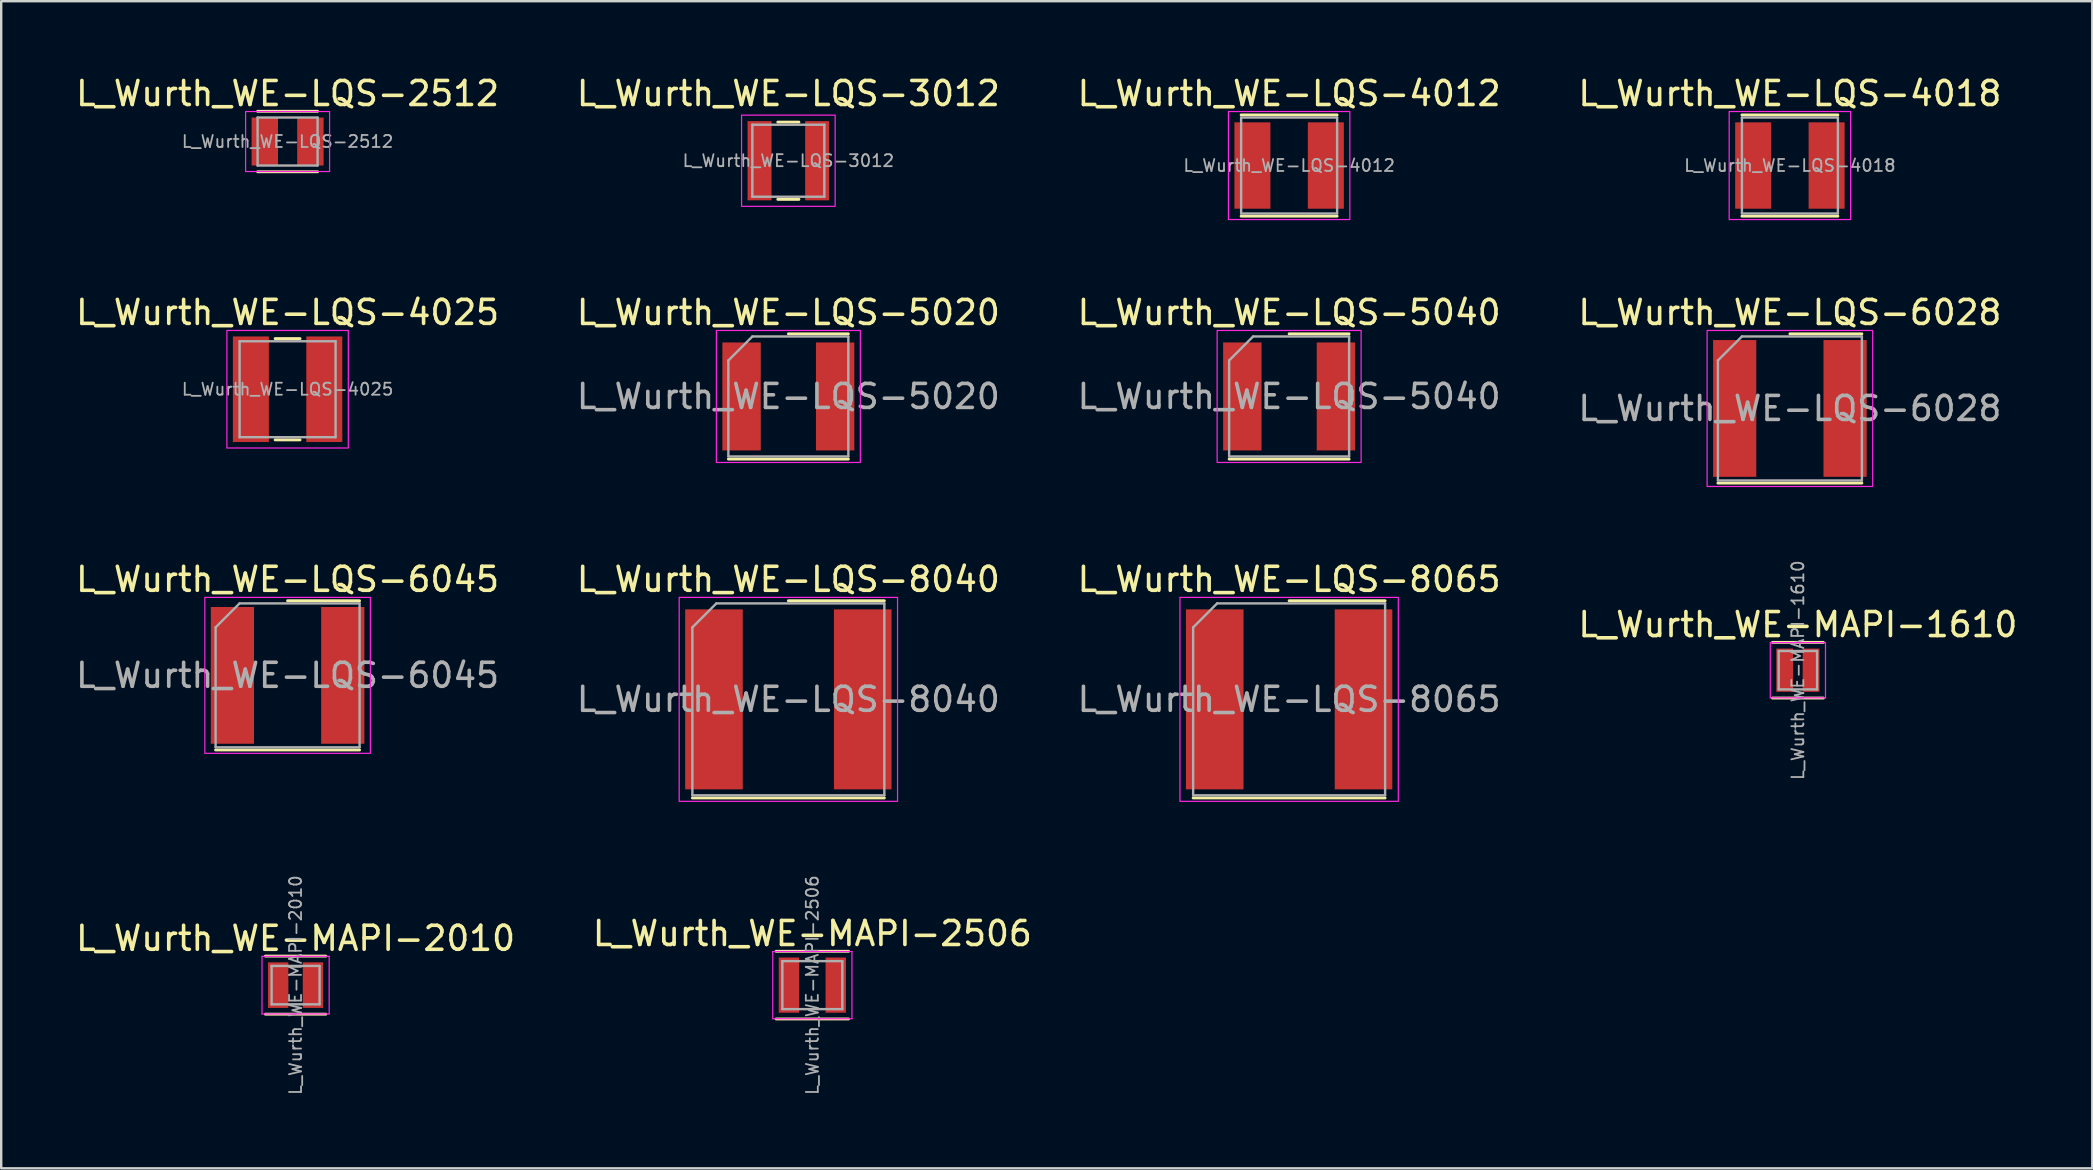
<source format=kicad_pcb>
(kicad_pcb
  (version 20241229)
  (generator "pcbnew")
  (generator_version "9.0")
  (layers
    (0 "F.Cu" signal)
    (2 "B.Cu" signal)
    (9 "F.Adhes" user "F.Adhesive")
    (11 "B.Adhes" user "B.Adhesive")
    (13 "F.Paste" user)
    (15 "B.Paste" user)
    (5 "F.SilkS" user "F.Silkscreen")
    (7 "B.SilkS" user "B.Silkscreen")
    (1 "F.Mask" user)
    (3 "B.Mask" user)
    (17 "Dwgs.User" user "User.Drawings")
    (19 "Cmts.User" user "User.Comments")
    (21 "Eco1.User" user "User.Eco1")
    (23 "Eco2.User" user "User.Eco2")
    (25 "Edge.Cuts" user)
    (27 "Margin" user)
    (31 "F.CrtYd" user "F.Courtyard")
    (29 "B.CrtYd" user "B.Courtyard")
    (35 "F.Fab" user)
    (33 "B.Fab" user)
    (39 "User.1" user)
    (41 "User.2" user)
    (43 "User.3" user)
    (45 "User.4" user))
  (footprint "L_Wurth_WE-LQS-8040"
    (layer "F.Cu")
    (at 29.804 26.095)
    (property "Reference" "L_Wurth_WE-LQS-8040" (at 0 -5 0) (unlocked yes) (layer "F.SilkS") (effects (font (size 1 1) (thickness 0.15))))
    (attr smd)
    (fp_line (start -4 4.11) (end 4 4.11) (stroke (width 0.12) (type solid)) (layer "F.SilkS"))
    (fp_line (start 0 -4.11) (end 4 -4.11) (stroke (width 0.12) (type solid)) (layer "F.SilkS"))
    (fp_rect (start -4.55 -4.25) (end 4.55 4.25) (stroke (width 0.05) (type solid)) (fill no) (layer "F.CrtYd"))
    (fp_line (start -4 -3) (end -4 4) (stroke (width 0.1) (type solid)) (layer "F.Fab"))
    (fp_line (start -3 -4) (end -4 -3) (stroke (width 0.1) (type solid)) (layer "F.Fab"))
    (fp_line (start -3 -4) (end 4 -4) (stroke (width 0.1) (type solid)) (layer "F.Fab"))
    (fp_line (start 4 -4) (end 4 4) (stroke (width 0.1) (type solid)) (layer "F.Fab"))
    (fp_line (start 4 4) (end -4 4) (stroke (width 0.1) (type solid)) (layer "F.Fab"))
    (fp_text user "${REFERENCE}" (at 0 0 0) (unlocked yes) (layer "F.Fab") (effects (font (size 1 1) (thickness 0.15))))
    (pad "1" smd rect (at -3.1 0) (size 2.4 7.5) (layers "F.Cu" "F.Mask" "F.Paste"))
    (pad "2" smd rect (at 3.1 0) (size 2.4 7.5) (layers "F.Cu" "F.Mask" "F.Paste")))
  (footprint "L_Wurth_WE-MAPI-2010"
    (layer "F.Cu")
    (at 9.268 38.004)
    (property "Reference" "L_Wurth_WE-MAPI-2010" (at 0 -1.95 0) (layer "F.SilkS") (effects (font (size 1 1) (thickness 0.15))))
    (attr smd)
    (fp_line (start -1.26 -1.21) (end 1.26 -1.21) (stroke (width 0.12) (type solid)) (layer "F.SilkS"))
    (fp_line (start -1.26 1.21) (end 1.26 1.21) (stroke (width 0.12) (type solid)) (layer "F.SilkS"))
    (fp_line (start -1.4 -1.2) (end -1.4 1.2) (stroke (width 0.05) (type solid)) (layer "F.CrtYd"))
    (fp_line (start -1.4 1.2) (end 1.4 1.2) (stroke (width 0.05) (type solid)) (layer "F.CrtYd"))
    (fp_line (start 1.4 -1.2) (end -1.4 -1.2) (stroke (width 0.05) (type solid)) (layer "F.CrtYd"))
    (fp_line (start 1.4 1.2) (end 1.4 -1.2) (stroke (width 0.05) (type solid)) (layer "F.CrtYd"))
    (fp_line (start -1 -0.8) (end -1 0.8) (stroke (width 0.1) (type solid)) (layer "F.Fab"))
    (fp_line (start -1 0.8) (end 1 0.8) (stroke (width 0.1) (type solid)) (layer "F.Fab"))
    (fp_line (start 1 -0.8) (end -1 -0.8) (stroke (width 0.1) (type solid)) (layer "F.Fab"))
    (fp_line (start 1 0.8) (end 1 -0.8) (stroke (width 0.1) (type solid)) (layer "F.Fab"))
    (fp_text user "${REFERENCE}" (at 0 0 90) (layer "F.Fab") (effects (font (size 0.5 0.5) (thickness 0.075))))
    (pad "1" smd rect (at -0.725 0) (size 0.85 1.9) (layers "F.Cu" "F.Mask" "F.Paste"))
    (pad "2" smd rect (at 0.725 0) (size 0.85 1.9) (layers "F.Cu" "F.Mask" "F.Paste")))
  (footprint "L_Wurth_WE-MAPI-2506"
    (layer "F.Cu")
    (at 30.804 38.004)
    (property "Reference" "L_Wurth_WE-MAPI-2506" (at 0 -2.15 0) (layer "F.SilkS") (effects (font (size 1 1) (thickness 0.15))))
    (attr smd)
    (fp_line (start -1.51 -1.41) (end 1.51 -1.41) (stroke (width 0.12) (type solid)) (layer "F.SilkS"))
    (fp_line (start -1.51 1.41) (end 1.51 1.41) (stroke (width 0.12) (type solid)) (layer "F.SilkS"))
    (fp_line (start -1.65 -1.4) (end -1.65 1.4) (stroke (width 0.05) (type solid)) (layer "F.CrtYd"))
    (fp_line (start -1.65 1.4) (end 1.65 1.4) (stroke (width 0.05) (type solid)) (layer "F.CrtYd"))
    (fp_line (start 1.65 -1.4) (end -1.65 -1.4) (stroke (width 0.05) (type solid)) (layer "F.CrtYd"))
    (fp_line (start 1.65 1.4) (end 1.65 -1.4) (stroke (width 0.05) (type solid)) (layer "F.CrtYd"))
    (fp_line (start -1.25 -1) (end -1.25 1) (stroke (width 0.1) (type solid)) (layer "F.Fab"))
    (fp_line (start -1.25 1) (end 1.25 1) (stroke (width 0.1) (type solid)) (layer "F.Fab"))
    (fp_line (start 1.25 -1) (end -1.25 -1) (stroke (width 0.1) (type solid)) (layer "F.Fab"))
    (fp_line (start 1.25 1) (end 1.25 -1) (stroke (width 0.1) (type solid)) (layer "F.Fab"))
    (fp_text user "${REFERENCE}" (at 0 0 90) (layer "F.Fab") (effects (font (size 0.5 0.5) (thickness 0.075))))
    (pad "1" smd rect (at -0.975 0) (size 0.85 2.3) (layers "F.Cu" "F.Mask" "F.Paste"))
    (pad "2" smd rect (at 0.975 0) (size 0.85 2.3) (layers "F.Cu" "F.Mask" "F.Paste")))
  (footprint "L_Wurth_WE-LQS-8065"
    (layer "F.Cu")
    (at 50.673 26.095)
    (property "Reference" "L_Wurth_WE-LQS-8065" (at 0 -5 0) (unlocked yes) (layer "F.SilkS") (effects (font (size 1 1) (thickness 0.15))))
    (attr smd)
    (fp_line (start -4 4.11) (end 4 4.11) (stroke (width 0.12) (type solid)) (layer "F.SilkS"))
    (fp_line (start 0 -4.11) (end 4 -4.11) (stroke (width 0.12) (type solid)) (layer "F.SilkS"))
    (fp_rect (start -4.55 -4.25) (end 4.55 4.25) (stroke (width 0.05) (type solid)) (fill no) (layer "F.CrtYd"))
    (fp_line (start -4 -3) (end -4 4) (stroke (width 0.1) (type solid)) (layer "F.Fab"))
    (fp_line (start -3 -4) (end -4 -3) (stroke (width 0.1) (type solid)) (layer "F.Fab"))
    (fp_line (start -3 -4) (end 4 -4) (stroke (width 0.1) (type solid)) (layer "F.Fab"))
    (fp_line (start 4 -4) (end 4 4) (stroke (width 0.1) (type solid)) (layer "F.Fab"))
    (fp_line (start 4 4) (end -4 4) (stroke (width 0.1) (type solid)) (layer "F.Fab"))
    (fp_text user "${REFERENCE}" (at 0 0 0) (unlocked yes) (layer "F.Fab") (effects (font (size 1 1) (thickness 0.15))))
    (pad "1" smd rect (at -3.1 0) (size 2.4 7.5) (layers "F.Cu" "F.Mask" "F.Paste"))
    (pad "2" smd rect (at 3.1 0) (size 2.4 7.5) (layers "F.Cu" "F.Mask" "F.Paste")))
  (footprint "L_Wurth_WE-LQS-4012"
    (layer "F.Cu")
    (at 50.673 3.848)
    (property "Reference" "L_Wurth_WE-LQS-4012" (at 0 -3 0) (unlocked yes) (layer "F.SilkS") (effects (font (size 1 1) (thickness 0.15))))
    (attr smd)
    (fp_line (start -2 -2.11) (end 2 -2.11) (stroke (width 0.12) (type solid)) (layer "F.SilkS"))
    (fp_line (start -2 2.11) (end 2 2.11) (stroke (width 0.12) (type solid)) (layer "F.SilkS"))
    (fp_rect (start -2.53 -2.25) (end 2.53 2.25) (stroke (width 0.05) (type solid)) (fill no) (layer "F.CrtYd"))
    (fp_line (start -2 -2) (end -2 2) (stroke (width 0.1) (type solid)) (layer "F.Fab"))
    (fp_line (start -2 -2) (end 2 -2) (stroke (width 0.1) (type solid)) (layer "F.Fab"))
    (fp_line (start -2 2) (end 2 2) (stroke (width 0.1) (type solid)) (layer "F.Fab"))
    (fp_line (start 2 -2) (end 2 2) (stroke (width 0.1) (type solid)) (layer "F.Fab"))
    (fp_text user "${REFERENCE}" (at 0 0 0) (unlocked yes) (layer "F.Fab") (effects (font (size 0.5 0.5) (thickness 0.075))))
    (pad "1" smd rect (at -1.53 0) (size 1.5 3.6) (layers "F.Cu" "F.Mask" "F.Paste"))
    (pad "2" smd rect (at 1.53 0) (size 1.5 3.6) (layers "F.Cu" "F.Mask" "F.Paste")))
  (footprint "L_Wurth_WE-LQS-3012"
    (layer "F.Cu")
    (at 29.804 3.648)
    (property "Reference" "L_Wurth_WE-LQS-3012" (at 0 -2.8 0) (unlocked yes) (layer "F.SilkS") (effects (font (size 1 1) (thickness 0.15))))
    (attr smd)
    (fp_line (start -0.44 -1.61) (end 0.44 -1.61) (stroke (width 0.12) (type solid)) (layer "F.SilkS"))
    (fp_line (start -0.44 1.61) (end 0.44 1.61) (stroke (width 0.12) (type solid)) (layer "F.SilkS"))
    (fp_rect (start -1.95 -1.9) (end 1.95 1.9) (stroke (width 0.05) (type solid)) (fill no) (layer "F.CrtYd"))
    (fp_line (start -1.5 -1.5) (end -1.5 1.5) (stroke (width 0.1) (type solid)) (layer "F.Fab"))
    (fp_line (start -1.5 -1.5) (end 1.5 -1.5) (stroke (width 0.1) (type solid)) (layer "F.Fab"))
    (fp_line (start -1.5 1.5) (end 1.5 1.5) (stroke (width 0.1) (type solid)) (layer "F.Fab"))
    (fp_line (start 1.5 -1.5) (end 1.5 1.5) (stroke (width 0.1) (type solid)) (layer "F.Fab"))
    (fp_text user "${REFERENCE}" (at 0 0 0) (unlocked yes) (layer "F.Fab") (effects (font (size 0.5 0.5) (thickness 0.075))))
    (pad "1" smd rect (at -1.2 0) (size 1 3.3) (layers "F.Cu" "F.Mask" "F.Paste"))
    (pad "2" smd rect (at 1.2 0) (size 1 3.3) (layers "F.Cu" "F.Mask" "F.Paste")))
  (footprint "L_Wurth_WE-LQS-6045"
    (layer "F.Cu")
    (at 8.935 25.095)
    (property "Reference" "L_Wurth_WE-LQS-6045" (at 0 -4 0) (unlocked yes) (layer "F.SilkS") (effects (font (size 1 1) (thickness 0.15))))
    (attr smd)
    (fp_line (start -3 3.11) (end 3 3.11) (stroke (width 0.12) (type solid)) (layer "F.SilkS"))
    (fp_line (start 0 -3.11) (end 3 -3.11) (stroke (width 0.12) (type solid)) (layer "F.SilkS"))
    (fp_rect (start -3.45 -3.25) (end 3.45 3.25) (stroke (width 0.05) (type solid)) (fill no) (layer "F.CrtYd"))
    (fp_line (start -3 -2) (end -3 3) (stroke (width 0.1) (type solid)) (layer "F.Fab"))
    (fp_line (start -2 -3) (end -3 -2) (stroke (width 0.1) (type solid)) (layer "F.Fab"))
    (fp_line (start -2 -3) (end 3 -3) (stroke (width 0.1) (type solid)) (layer "F.Fab"))
    (fp_line (start 3 -3) (end 3 3) (stroke (width 0.1) (type solid)) (layer "F.Fab"))
    (fp_line (start 3 3) (end -3 3) (stroke (width 0.1) (type solid)) (layer "F.Fab"))
    (fp_text user "${REFERENCE}" (at 0 0 0) (unlocked yes) (layer "F.Fab") (effects (font (size 1 1) (thickness 0.15))))
    (pad "1" smd rect (at -2.3 0) (size 1.8 5.7) (layers "F.Cu" "F.Mask" "F.Paste"))
    (pad "2" smd rect (at 2.3 0) (size 1.8 5.7) (layers "F.Cu" "F.Mask" "F.Paste")))
  (footprint "L_Wurth_WE-LQS-5020"
    (layer "F.Cu")
    (at 29.804 13.472)
    (property "Reference" "L_Wurth_WE-LQS-5020" (at 0 -3.5 0) (unlocked yes) (layer "F.SilkS") (effects (font (size 1 1) (thickness 0.15))))
    (attr smd)
    (fp_line (start -2.5 2.61) (end 2.5 2.61) (stroke (width 0.12) (type solid)) (layer "F.SilkS"))
    (fp_line (start 0 -2.61) (end 2.5 -2.61) (stroke (width 0.12) (type solid)) (layer "F.SilkS"))
    (fp_rect (start -3 -2.75) (end 3 2.75) (stroke (width 0.05) (type solid)) (fill no) (layer "F.CrtYd"))
    (fp_line (start -2.5 -1.5) (end -2.5 2.5) (stroke (width 0.1) (type solid)) (layer "F.Fab"))
    (fp_line (start -1.5 -2.5) (end -2.5 -1.5) (stroke (width 0.1) (type solid)) (layer "F.Fab"))
    (fp_line (start -1.5 -2.5) (end 2.5 -2.5) (stroke (width 0.1) (type solid)) (layer "F.Fab"))
    (fp_line (start 2.5 -2.5) (end 2.5 2.5) (stroke (width 0.1) (type solid)) (layer "F.Fab"))
    (fp_line (start 2.5 2.5) (end -2.5 2.5) (stroke (width 0.1) (type solid)) (layer "F.Fab"))
    (fp_text user "${REFERENCE}" (at 0 0 0) (unlocked yes) (layer "F.Fab") (effects (font (size 1 1) (thickness 0.15))))
    (pad "1" smd rect (at -1.95 0) (size 1.6 4.5) (layers "F.Cu" "F.Mask" "F.Paste"))
    (pad "2" smd rect (at 1.95 0) (size 1.6 4.5) (layers "F.Cu" "F.Mask" "F.Paste")))
  (footprint "L_Wurth_WE-LQS-4018"
    (layer "F.Cu")
    (at 71.542 3.848)
    (property "Reference" "L_Wurth_WE-LQS-4018" (at 0 -3 0) (unlocked yes) (layer "F.SilkS") (effects (font (size 1 1) (thickness 0.15))))
    (attr smd)
    (fp_line (start -2 -2.11) (end 2 -2.11) (stroke (width 0.12) (type solid)) (layer "F.SilkS"))
    (fp_line (start -2 2.11) (end 2 2.11) (stroke (width 0.12) (type solid)) (layer "F.SilkS"))
    (fp_rect (start -2.53 -2.25) (end 2.53 2.25) (stroke (width 0.05) (type solid)) (fill no) (layer "F.CrtYd"))
    (fp_line (start -2 -2) (end -2 2) (stroke (width 0.1) (type solid)) (layer "F.Fab"))
    (fp_line (start -2 -2) (end 2 -2) (stroke (width 0.1) (type solid)) (layer "F.Fab"))
    (fp_line (start -2 2) (end 2 2) (stroke (width 0.1) (type solid)) (layer "F.Fab"))
    (fp_line (start 2 -2) (end 2 2) (stroke (width 0.1) (type solid)) (layer "F.Fab"))
    (fp_text user "${REFERENCE}" (at 0 0 0) (unlocked yes) (layer "F.Fab") (effects (font (size 0.5 0.5) (thickness 0.075))))
    (pad "1" smd rect (at -1.53 0) (size 1.5 3.6) (layers "F.Cu" "F.Mask" "F.Paste"))
    (pad "2" smd rect (at 1.53 0) (size 1.5 3.6) (layers "F.Cu" "F.Mask" "F.Paste")))
  (footprint "L_Wurth_WE-LQS-4025"
    (layer "F.Cu")
    (at 8.935 13.171)
    (property "Reference" "L_Wurth_WE-LQS-4025" (at 0 -3.2 0) (unlocked yes) (layer "F.SilkS") (effects (font (size 1 1) (thickness 0.15))))
    (attr smd)
    (fp_line (start -0.52 -2.11) (end 0.52 -2.11) (stroke (width 0.12) (type solid)) (layer "F.SilkS"))
    (fp_line (start -0.52 2.11) (end 0.52 2.11) (stroke (width 0.12) (type solid)) (layer "F.SilkS"))
    (fp_rect (start -2.53 -2.45) (end 2.53 2.45) (stroke (width 0.05) (type solid)) (fill no) (layer "F.CrtYd"))
    (fp_line (start -2 -2) (end -2 2) (stroke (width 0.1) (type solid)) (layer "F.Fab"))
    (fp_line (start -2 -2) (end 2 -2) (stroke (width 0.1) (type solid)) (layer "F.Fab"))
    (fp_line (start -2 2) (end 2 2) (stroke (width 0.1) (type solid)) (layer "F.Fab"))
    (fp_line (start 2 -2) (end 2 2) (stroke (width 0.1) (type solid)) (layer "F.Fab"))
    (fp_text user "${REFERENCE}" (at 0 0 0) (unlocked yes) (layer "F.Fab") (effects (font (size 0.5 0.5) (thickness 0.075))))
    (pad "1" smd rect (at -1.53 0) (size 1.5 4.4) (layers "F.Cu" "F.Mask" "F.Paste"))
    (pad "2" smd rect (at 1.53 0) (size 1.5 4.4) (layers "F.Cu" "F.Mask" "F.Paste")))
  (footprint "L_Wurth_WE-LQS-5040"
    (layer "F.Cu")
    (at 50.673 13.472)
    (property "Reference" "L_Wurth_WE-LQS-5040" (at 0 -3.5 0) (unlocked yes) (layer "F.SilkS") (effects (font (size 1 1) (thickness 0.15))))
    (attr smd)
    (fp_line (start -2.5 2.61) (end 2.5 2.61) (stroke (width 0.12) (type solid)) (layer "F.SilkS"))
    (fp_line (start 0 -2.61) (end 2.5 -2.61) (stroke (width 0.12) (type solid)) (layer "F.SilkS"))
    (fp_rect (start -3 -2.75) (end 3 2.75) (stroke (width 0.05) (type solid)) (fill no) (layer "F.CrtYd"))
    (fp_line (start -2.5 -1.5) (end -2.5 2.5) (stroke (width 0.1) (type solid)) (layer "F.Fab"))
    (fp_line (start -2.5 -1.5) (end -1.5 -2.5) (stroke (width 0.1) (type solid)) (layer "F.Fab"))
    (fp_line (start -1.5 -2.5) (end 2.5 -2.5) (stroke (width 0.1) (type solid)) (layer "F.Fab"))
    (fp_line (start 2.5 -2.5) (end 2.5 2.5) (stroke (width 0.1) (type solid)) (layer "F.Fab"))
    (fp_line (start 2.5 2.5) (end -2.5 2.5) (stroke (width 0.1) (type solid)) (layer "F.Fab"))
    (fp_text user "${REFERENCE}" (at 0 0 0) (unlocked yes) (layer "F.Fab") (effects (font (size 1 1) (thickness 0.15))))
    (pad "1" smd rect (at -1.95 0) (size 1.6 4.5) (layers "F.Cu" "F.Mask" "F.Paste"))
    (pad "2" smd rect (at 1.95 0) (size 1.6 4.5) (layers "F.Cu" "F.Mask" "F.Paste")))
  (footprint "L_Wurth_WE-LQS-6028"
    (layer "F.Cu")
    (at 71.542 13.972)
    (property "Reference" "L_Wurth_WE-LQS-6028" (at 0 -4 0) (unlocked yes) (layer "F.SilkS") (effects (font (size 1 1) (thickness 0.15))))
    (attr smd)
    (fp_line (start -3 3.11) (end 3 3.11) (stroke (width 0.12) (type solid)) (layer "F.SilkS"))
    (fp_line (start 0 -3.11) (end 3 -3.11) (stroke (width 0.12) (type solid)) (layer "F.SilkS"))
    (fp_rect (start -3.45 -3.25) (end 3.45 3.25) (stroke (width 0.05) (type solid)) (fill no) (layer "F.CrtYd"))
    (fp_line (start -3 -2) (end -3 3) (stroke (width 0.1) (type solid)) (layer "F.Fab"))
    (fp_line (start -2 -3) (end -3 -2) (stroke (width 0.1) (type solid)) (layer "F.Fab"))
    (fp_line (start -2 -3) (end 3 -3) (stroke (width 0.1) (type solid)) (layer "F.Fab"))
    (fp_line (start 3 -3) (end 3 3) (stroke (width 0.1) (type solid)) (layer "F.Fab"))
    (fp_line (start 3 3) (end -3 3) (stroke (width 0.1) (type solid)) (layer "F.Fab"))
    (fp_text user "${REFERENCE}" (at 0 0 0) (unlocked yes) (layer "F.Fab") (effects (font (size 1 1) (thickness 0.15))))
    (pad "1" smd rect (at -2.3 0) (size 1.8 5.7) (layers "F.Cu" "F.Mask" "F.Paste"))
    (pad "2" smd rect (at 2.3 0) (size 1.8 5.7) (layers "F.Cu" "F.Mask" "F.Paste")))
  (footprint "L_Wurth_WE-MAPI-1610"
    (layer "F.Cu")
    (at 71.875 24.88)
    (property "Reference" "L_Wurth_WE-MAPI-1610" (at 0 -1.9 0) (layer "F.SilkS") (effects (font (size 1 1) (thickness 0.15))))
    (attr smd)
    (fp_line (start -1.06 -1.16) (end 1.06 -1.16) (stroke (width 0.12) (type solid)) (layer "F.SilkS"))
    (fp_line (start -1.06 1.16) (end 1.06 1.16) (stroke (width 0.12) (type solid)) (layer "F.SilkS"))
    (fp_line (start -1.15 -1.15) (end -1.15 1.15) (stroke (width 0.05) (type solid)) (layer "F.CrtYd"))
    (fp_line (start -1.15 1.15) (end 1.15 1.15) (stroke (width 0.05) (type solid)) (layer "F.CrtYd"))
    (fp_line (start 1.15 -1.15) (end -1.15 -1.15) (stroke (width 0.05) (type solid)) (layer "F.CrtYd"))
    (fp_line (start 1.15 1.15) (end 1.15 -1.15) (stroke (width 0.05) (type solid)) (layer "F.CrtYd"))
    (fp_line (start -0.8 -0.8) (end -0.8 0.8) (stroke (width 0.1) (type solid)) (layer "F.Fab"))
    (fp_line (start -0.8 0.8) (end 0.8 0.8) (stroke (width 0.1) (type solid)) (layer "F.Fab"))
    (fp_line (start 0.8 -0.8) (end -0.8 -0.8) (stroke (width 0.1) (type solid)) (layer "F.Fab"))
    (fp_line (start 0.8 0.8) (end 0.8 -0.8) (stroke (width 0.1) (type solid)) (layer "F.Fab"))
    (fp_text user "${REFERENCE}" (at 0 0 90) (layer "F.Fab") (effects (font (size 0.5 0.5) (thickness 0.075))))
    (pad "1" smd rect (at -0.55 0) (size 0.7 1.8) (layers "F.Cu" "F.Mask" "F.Paste"))
    (pad "2" smd rect (at 0.55 0) (size 0.7 1.8) (layers "F.Cu" "F.Mask" "F.Paste")))
  (footprint "L_Wurth_WE-LQS-2512"
    (layer "F.Cu")
    (at 8.935 2.848)
    (property "Reference" "L_Wurth_WE-LQS-2512" (at 0 -2 0) (unlocked yes) (layer "F.SilkS") (effects (font (size 1 1) (thickness 0.15))))
    (attr smd)
    (fp_line (start -1.25 -1.26) (end 1.25 -1.26) (stroke (width 0.12) (type solid)) (layer "F.SilkS"))
    (fp_line (start -1.25 1.26) (end 1.25 1.26) (stroke (width 0.12) (type solid)) (layer "F.SilkS"))
    (fp_rect (start -1.75 -1.25) (end 1.75 1.25) (stroke (width 0.05) (type solid)) (fill no) (layer "F.CrtYd"))
    (fp_line (start -1.25 -1) (end -1.25 1) (stroke (width 0.1) (type solid)) (layer "F.Fab"))
    (fp_line (start -1.25 -1) (end 1.25 -1) (stroke (width 0.1) (type solid)) (layer "F.Fab"))
    (fp_line (start -1.25 1) (end 1.25 1) (stroke (width 0.1) (type solid)) (layer "F.Fab"))
    (fp_line (start 1.25 -1) (end 1.25 1) (stroke (width 0.1) (type solid)) (layer "F.Fab"))
    (fp_text user "${REFERENCE}" (at 0 0 0) (unlocked yes) (layer "F.Fab") (effects (font (size 0.5 0.5) (thickness 0.075))))
    (pad "1" smd rect (at -0.95 0) (size 1.1 2) (layers "F.Cu" "F.Mask" "F.Paste"))
    (pad "2" smd rect (at 0.95 0) (size 1.1 2) (layers "F.Cu" "F.Mask" "F.Paste")))
  (gr_rect
    (start -3 -3)
    (end 84.143 45.638)
    (stroke (width 0.1) (type default))
    (fill no)
    (layer "Edge.Cuts")))
</source>
